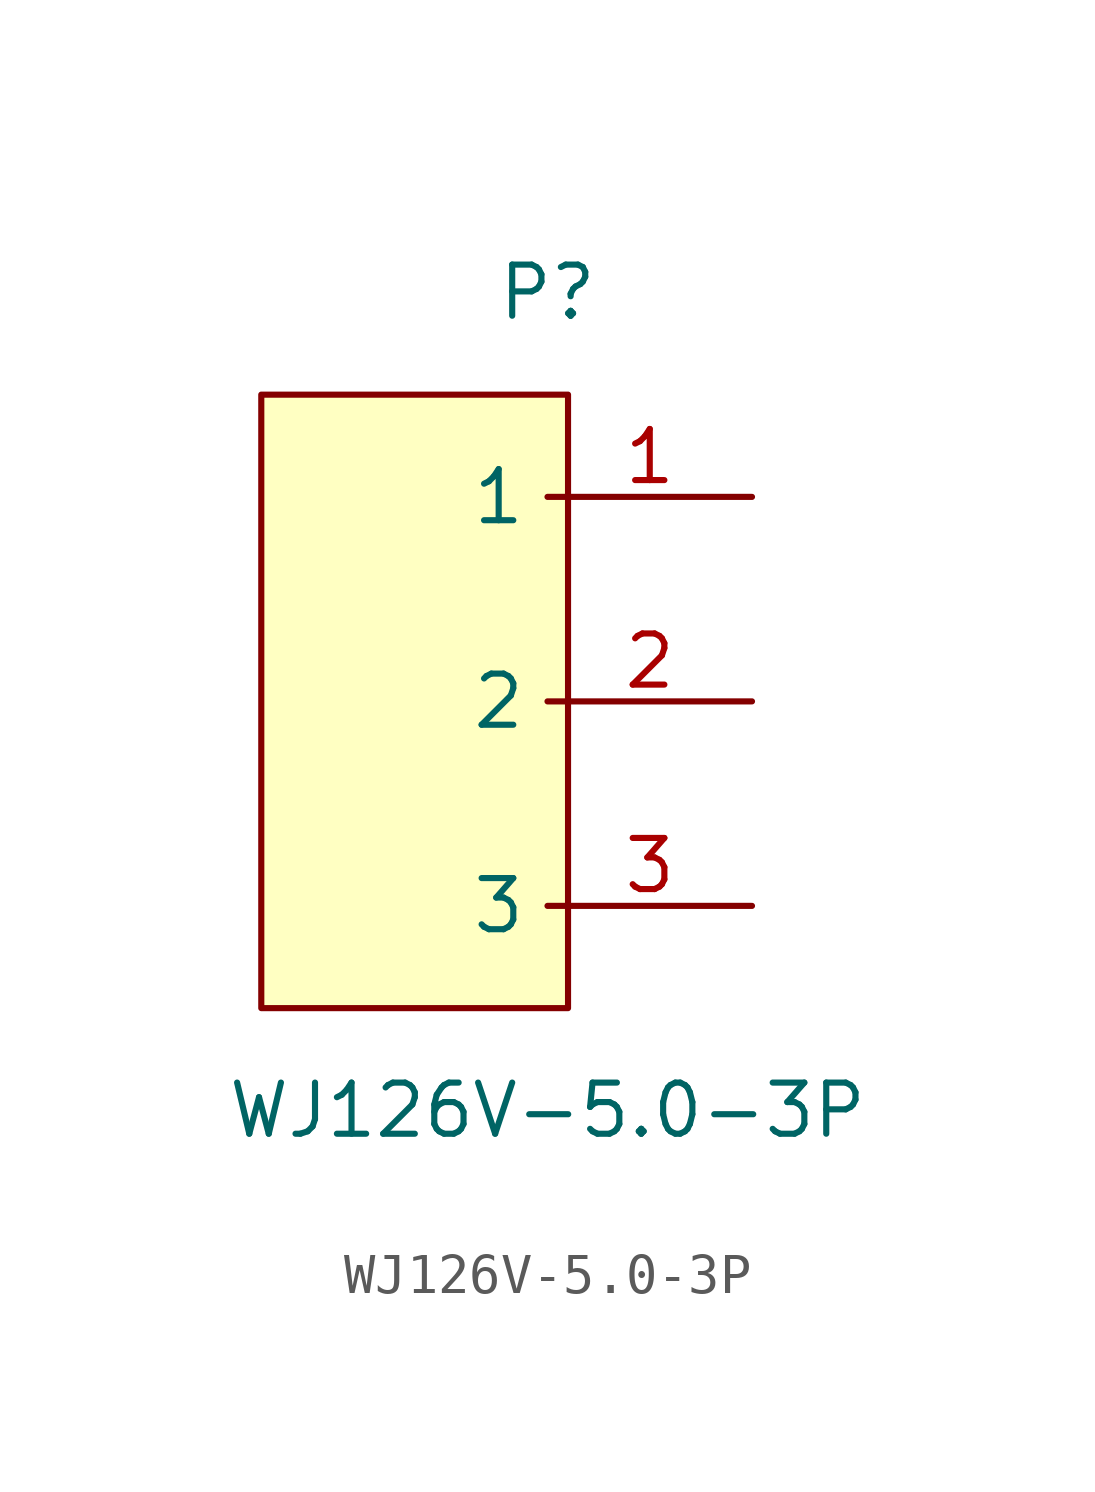
<source format=kicad_sym>
(kicad_symbol_lib
  (version 20241209)
  (generator "kicad_symbol_editor")
  (generator_version "9.0")
  (symbol "WJ126V-5.0-3P"
    (property "Reference" "P"
      (at 0 10.16 0)
      (effects (font (size 1.27 1.27))))
    (property "Value" "WJ126V-5.0-3P"
      (at 0 -10.16 0)
      (effects (font (size 1.27 1.27))))
    (symbol "WJ126V-5.0-3P_0_1"
      (rectangle (start -7.11 7.62) (end 0.51 -7.62) (stroke (width 0) (type default)) (fill (type background)))
      (pin input line (at 5.08 5.08 180) (length 5.08) (name "1" (effects (font (size 1.27 1.27)))) (number "1" (effects (font (size 1.27 1.27)))))
      (pin input line (at 5.08 0 180) (length 5.08) (name "2" (effects (font (size 1.27 1.27)))) (number "2" (effects (font (size 1.27 1.27)))))
      (pin input line (at 5.08 -5.08 180) (length 5.08) (name "3" (effects (font (size 1.27 1.27)))) (number "3" (effects (font (size 1.27 1.27))))))))
</source>
